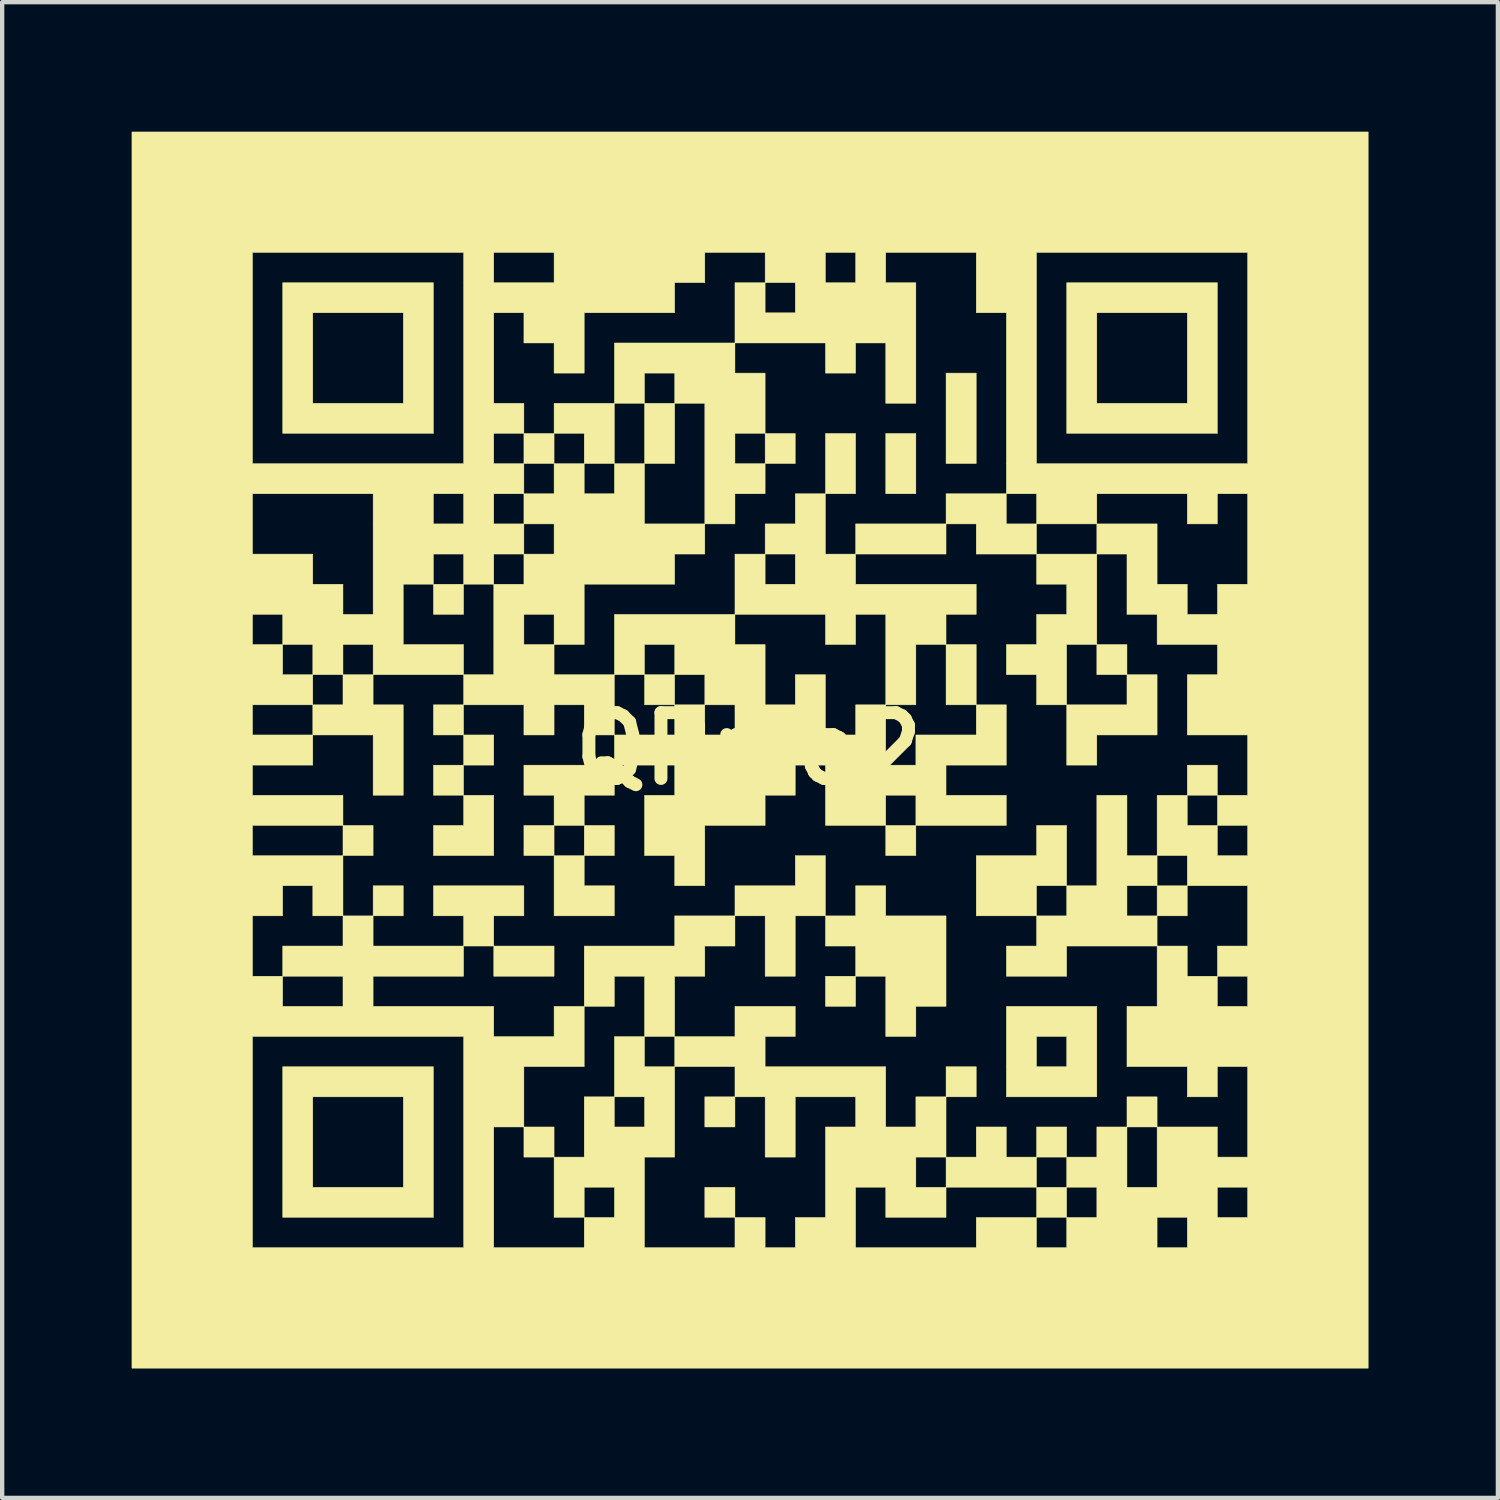
<source format=kicad_pcb>
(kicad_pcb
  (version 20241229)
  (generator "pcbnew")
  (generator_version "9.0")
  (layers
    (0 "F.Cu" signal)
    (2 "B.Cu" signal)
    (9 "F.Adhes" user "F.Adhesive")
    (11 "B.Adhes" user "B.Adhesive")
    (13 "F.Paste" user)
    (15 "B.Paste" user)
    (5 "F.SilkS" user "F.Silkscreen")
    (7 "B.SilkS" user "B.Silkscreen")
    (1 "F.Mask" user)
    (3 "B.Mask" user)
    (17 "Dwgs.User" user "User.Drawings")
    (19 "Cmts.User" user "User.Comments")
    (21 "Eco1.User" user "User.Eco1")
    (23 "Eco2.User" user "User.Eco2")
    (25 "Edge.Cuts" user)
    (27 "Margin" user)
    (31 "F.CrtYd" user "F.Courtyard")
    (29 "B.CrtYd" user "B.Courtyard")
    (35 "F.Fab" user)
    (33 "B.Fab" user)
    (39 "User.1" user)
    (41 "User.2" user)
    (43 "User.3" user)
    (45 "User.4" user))
  (footprint "QRmo2"
    (layer "F.Cu")
    (at 14.293 14.293)
    (property "Reference" "QRmo2" (at 0 0 0) (layer "F.SilkS") (effects (font (size 1.524 1.524) (thickness 0.3))))
    (attr through_hole)
    (fp_poly (pts (xy -8.7 2.477) (xy -9.398 2.477) (xy -9.398 1.778) (xy -8.7 1.778) (xy -8.7 2.477)) (stroke (width 0.01) (type solid)) (fill yes) (layer "F.SilkS"))
    (fp_poly (pts (xy -8.001 3.873) (xy -8.7 3.873) (xy -8.7 3.175) (xy -8.001 3.175) (xy -8.001 3.873)) (stroke (width 0.01) (type solid)) (fill yes) (layer "F.SilkS"))
    (fp_poly (pts (xy -7.303 -0.318) (xy -7.303 -1.016) (xy -6.604 -1.016) (xy -6.604 -0.318) (xy -7.303 -0.318)) (stroke (width 0.01) (type solid)) (fill yes) (layer "F.SilkS"))
    (fp_poly (pts (xy -7.303 1.079) (xy -7.303 0.381) (xy -6.604 0.381) (xy -6.604 1.079) (xy -7.303 1.079)) (stroke (width 0.01) (type solid)) (fill yes) (layer "F.SilkS"))
    (fp_poly (pts (xy -6.604 -3.111) (xy -7.303 -3.111) (xy -7.303 -3.81) (xy -6.604 -3.81) (xy -6.604 -3.111)) (stroke (width 0.01) (type solid)) (fill yes) (layer "F.SilkS"))
    (fp_poly (pts (xy -6.604 -0.318) (xy -5.905 -0.318) (xy -5.905 0.381) (xy -6.604 0.381) (xy -6.604 -0.318)) (stroke (width 0.01) (type solid)) (fill yes) (layer "F.SilkS"))
    (fp_poly (pts (xy -5.207 2.477) (xy -5.207 1.778) (xy -4.508 1.778) (xy -4.508 2.477) (xy -5.207 2.477)) (stroke (width 0.01) (type solid)) (fill yes) (layer "F.SilkS"))
    (fp_poly (pts (xy -4.508 4.572) (xy -4.508 5.271) (xy -5.905 5.271) (xy -5.905 4.572) (xy -4.508 4.572)) (stroke (width 0.01) (type solid)) (fill yes) (layer "F.SilkS"))
    (fp_poly (pts (xy -4.508 9.461) (xy -5.207 9.461) (xy -5.207 8.763) (xy -4.508 8.763) (xy -4.508 9.461)) (stroke (width 0.01) (type solid)) (fill yes) (layer "F.SilkS"))
    (fp_poly (pts (xy -3.81 1.778) (xy -3.111 1.778) (xy -3.111 2.477) (xy -3.81 2.477) (xy -3.81 1.778)) (stroke (width 0.01) (type solid)) (fill yes) (layer "F.SilkS"))
    (fp_poly (pts (xy -1.714 -6.604) (xy -2.413 -6.604) (xy -2.413 -8.001) (xy -1.714 -8.001) (xy -1.714 -6.604)) (stroke (width 0.01) (type solid)) (fill yes) (layer "F.SilkS"))
    (fp_poly (pts (xy -1.714 -1.016) (xy -2.413 -1.016) (xy -2.413 -1.714) (xy -1.714 -1.714) (xy -1.714 -1.016)) (stroke (width 0.01) (type solid)) (fill yes) (layer "F.SilkS"))
    (fp_poly (pts (xy -0.318 8.763) (xy -1.016 8.763) (xy -1.016 8.065) (xy -0.318 8.065) (xy -0.318 8.763)) (stroke (width 0.01) (type solid)) (fill yes) (layer "F.SilkS"))
    (fp_poly (pts (xy -0.318 10.858) (xy -1.016 10.858) (xy -1.016 10.16) (xy -0.318 10.16) (xy -0.318 10.858)) (stroke (width 0.01) (type solid)) (fill yes) (layer "F.SilkS"))
    (fp_poly (pts (xy 0.381 -7.303) (xy 1.079 -7.303) (xy 1.079 -6.604) (xy 0.381 -6.604) (xy 0.381 -7.303)) (stroke (width 0.01) (type solid)) (fill yes) (layer "F.SilkS"))
    (fp_poly (pts (xy 1.778 -7.303) (xy 2.477 -7.303) (xy 2.477 -5.905) (xy 1.778 -5.905) (xy 1.778 -7.303)) (stroke (width 0.01) (type solid)) (fill yes) (layer "F.SilkS"))
    (fp_poly (pts (xy 2.477 5.969) (xy 1.778 5.969) (xy 1.778 5.271) (xy 2.477 5.271) (xy 2.477 5.969)) (stroke (width 0.01) (type solid)) (fill yes) (layer "F.SilkS"))
    (fp_poly (pts (xy 3.873 -5.905) (xy 3.175 -5.905) (xy 3.175 -7.303) (xy 3.873 -7.303) (xy 3.873 -5.905)) (stroke (width 0.01) (type solid)) (fill yes) (layer "F.SilkS"))
    (fp_poly (pts (xy 4.572 -4.508) (xy 2.477 -4.508) (xy 2.477 -5.207) (xy 4.572 -5.207) (xy 4.572 -4.508)) (stroke (width 0.01) (type solid)) (fill yes) (layer "F.SilkS"))
    (fp_poly (pts (xy 4.572 -1.016) (xy 4.572 -2.413) (xy 5.271 -2.413) (xy 5.271 -1.016) (xy 4.572 -1.016)) (stroke (width 0.01) (type solid)) (fill yes) (layer "F.SilkS"))
    (fp_poly (pts (xy 5.271 -6.604) (xy 4.572 -6.604) (xy 4.572 -8.7) (xy 5.271 -8.7) (xy 5.271 -6.604)) (stroke (width 0.01) (type solid)) (fill yes) (layer "F.SilkS"))
    (fp_poly (pts (xy 5.271 8.065) (xy 4.572 8.065) (xy 4.572 7.366) (xy 5.271 7.366) (xy 5.271 8.065)) (stroke (width 0.01) (type solid)) (fill yes) (layer "F.SilkS"))
    (fp_poly (pts (xy 6.668 8.763) (xy 7.366 8.763) (xy 7.366 9.461) (xy 6.668 9.461) (xy 6.668 8.763)) (stroke (width 0.01) (type solid)) (fill yes) (layer "F.SilkS"))
    (fp_poly (pts (xy 7.366 10.16) (xy 7.366 10.858) (xy 6.668 10.858) (xy 6.668 10.16) (xy 7.366 10.16)) (stroke (width 0.01) (type solid)) (fill yes) (layer "F.SilkS"))
    (fp_poly (pts (xy 8.065 -1.714) (xy 8.065 -2.413) (xy 8.763 -2.413) (xy 8.763 -1.714) (xy 8.065 -1.714)) (stroke (width 0.01) (type solid)) (fill yes) (layer "F.SilkS"))
    (fp_poly (pts (xy 9.461 3.175) (xy 10.16 3.175) (xy 10.16 3.873) (xy 9.461 3.873) (xy 9.461 3.175)) (stroke (width 0.01) (type solid)) (fill yes) (layer "F.SilkS"))
    (fp_poly (pts (xy 9.461 8.763) (xy 8.763 8.763) (xy 8.763 8.065) (xy 9.461 8.065) (xy 9.461 8.763)) (stroke (width 0.01) (type solid)) (fill yes) (layer "F.SilkS"))
    (fp_poly (pts (xy 10.858 1.079) (xy 10.16 1.079) (xy 10.16 0.381) (xy 10.858 0.381) (xy 10.858 1.079)) (stroke (width 0.01) (type solid)) (fill yes) (layer "F.SilkS"))
    (fp_poly (pts (xy -5.905 1.079) (xy -5.905 2.477) (xy -7.303 2.477) (xy -7.303 1.778) (xy -6.604 1.778) (xy -6.604 1.079) (xy -5.905 1.079)) (stroke (width 0.01) (type solid)) (fill yes) (layer "F.SilkS"))
    (fp_poly (pts (xy -3.81 3.175) (xy -3.111 3.175) (xy -3.111 3.873) (xy -4.508 3.873) (xy -4.508 2.477) (xy -3.81 2.477) (xy -3.81 3.175)) (stroke (width 0.01) (type solid)) (fill yes) (layer "F.SilkS"))
    (fp_poly (pts (xy -6.604 4.572) (xy -6.604 3.873) (xy -7.303 3.873) (xy -7.303 3.175) (xy -5.207 3.175) (xy -5.207 3.873) (xy -5.905 3.873) (xy -5.905 4.572) (xy -6.604 4.572)) (stroke (width 0.01) (type solid)) (fill yes) (layer "F.SilkS"))
    (fp_poly (pts (xy -4.508 1.079) (xy -5.207 1.079) (xy -5.207 0.381) (xy -3.111 0.381) (xy -3.111 1.079) (xy -3.81 1.079) (xy -3.81 1.778) (xy -4.508 1.778) (xy -4.508 1.079)) (stroke (width 0.01) (type solid)) (fill yes) (layer "F.SilkS"))
    (fp_poly (pts (xy 5.271 -4.508) (xy 5.271 -5.207) (xy 4.572 -5.207) (xy 4.572 -5.905) (xy 5.969 -5.905) (xy 5.969 -5.207) (xy 6.668 -5.207) (xy 6.668 -4.508) (xy 5.271 -4.508)) (stroke (width 0.01) (type solid)) (fill yes) (layer "F.SilkS"))
    (fp_poly (pts (xy 6.668 10.16) (xy 4.572 10.16) (xy 4.572 9.461) (xy 5.271 9.461) (xy 5.271 8.763) (xy 5.969 8.763) (xy 5.969 9.461) (xy 6.668 9.461) (xy 6.668 10.16)) (stroke (width 0.01) (type solid)) (fill yes) (layer "F.SilkS"))
    (fp_poly (pts (xy 9.461 -1.714) (xy 9.461 -0.318) (xy 8.065 -0.318) (xy 8.065 0.381) (xy 7.366 0.381) (xy 7.366 -1.016) (xy 8.763 -1.016) (xy 8.763 -1.714) (xy 9.461 -1.714)) (stroke (width 0.01) (type solid)) (fill yes) (layer "F.SilkS"))
    (fp_poly (pts (xy -8.7 -1.016) (xy -8.001 -1.016) (xy -8.001 1.079) (xy -8.7 1.079) (xy -8.7 -0.318) (xy -10.097 -0.318) (xy -10.097 -1.016) (xy -9.398 -1.016) (xy -9.398 -1.714) (xy -8.7 -1.714) (xy -8.7 -1.016)) (stroke (width 0.01) (type solid)) (fill yes) (layer "F.SilkS"))
    (fp_poly (pts (xy 1.079 3.873) (xy 1.079 5.271) (xy 0.381 5.271) (xy 0.381 3.873) (xy -0.318 3.873) (xy -0.318 3.175) (xy 1.079 3.175) (xy 1.079 2.477) (xy 1.778 2.477) (xy 1.778 3.873) (xy 1.079 3.873)) (stroke (width 0.01) (type solid)) (fill yes) (layer "F.SilkS"))
    (fp_poly (pts (xy -7.303 -7.303) (xy -10.795 -7.303) (xy -10.795 -10.097) (xy -10.097 -10.097) (xy -10.097 -8.001) (xy -8.001 -8.001) (xy -8.001 -10.097) (xy -10.097 -10.097) (xy -10.795 -10.097) (xy -10.795 -10.795) (xy -7.303 -10.795) (xy -7.303 -7.303)) (stroke (width 0.01) (type solid)) (fill yes) (layer "F.SilkS"))
    (fp_poly (pts (xy -7.303 10.858) (xy -10.795 10.858) (xy -10.795 8.065) (xy -10.097 8.065) (xy -10.097 10.16) (xy -8.001 10.16) (xy -8.001 8.065) (xy -10.097 8.065) (xy -10.795 8.065) (xy -10.795 7.366) (xy -7.303 7.366) (xy -7.303 10.858)) (stroke (width 0.01) (type solid)) (fill yes) (layer "F.SilkS"))
    (fp_poly (pts (xy 8.065 8.065) (xy 5.969 8.065) (xy 5.969 6.668) (xy 6.668 6.668) (xy 6.668 7.366) (xy 7.366 7.366) (xy 7.366 6.668) (xy 6.668 6.668) (xy 5.969 6.668) (xy 5.969 5.969) (xy 8.065 5.969) (xy 8.065 8.065)) (stroke (width 0.01) (type solid)) (fill yes) (layer "F.SilkS"))
    (fp_poly (pts (xy 10.858 -7.303) (xy 7.366 -7.303) (xy 7.366 -10.097) (xy 8.065 -10.097) (xy 8.065 -8.001) (xy 10.16 -8.001) (xy 10.16 -10.097) (xy 8.065 -10.097) (xy 7.366 -10.097) (xy 7.366 -10.795) (xy 10.858 -10.795) (xy 10.858 -7.303)) (stroke (width 0.01) (type solid)) (fill yes) (layer "F.SilkS"))
    (fp_poly (pts (xy -0.318 4.572) (xy -1.016 4.572) (xy -1.016 5.271) (xy -1.714 5.271) (xy -1.714 6.668) (xy -2.413 6.668) (xy -2.413 5.271) (xy -3.111 5.271) (xy -3.111 5.969) (xy -3.81 5.969) (xy -3.81 4.572) (xy -1.714 4.572) (xy -1.714 3.873) (xy -0.318 3.873) (xy -0.318 4.572)) (stroke (width 0.01) (type solid)) (fill yes) (layer "F.SilkS"))
    (fp_poly (pts (xy 2.477 4.572) (xy 1.778 4.572) (xy 1.778 3.873) (xy 2.477 3.873) (xy 2.477 3.175) (xy 3.175 3.175) (xy 3.175 3.873) (xy 4.572 3.873) (xy 4.572 5.969) (xy 3.873 5.969) (xy 3.873 6.668) (xy 3.175 6.668) (xy 3.175 5.271) (xy 2.477 5.271) (xy 2.477 4.572)) (stroke (width 0.01) (type solid)) (fill yes) (layer "F.SilkS"))
    (fp_poly (pts (xy 6.668 -1.016) (xy 6.668 -1.714) (xy 5.969 -1.714) (xy 5.969 -2.413) (xy 6.668 -2.413) (xy 6.668 -3.111) (xy 7.366 -3.111) (xy 7.366 -3.81) (xy 6.668 -3.81) (xy 6.668 -4.508) (xy 8.065 -4.508) (xy 8.065 -2.413) (xy 7.366 -2.413) (xy 7.366 -1.016) (xy 6.668 -1.016)) (stroke (width 0.01) (type solid)) (fill yes) (layer "F.SilkS"))
    (fp_poly (pts (xy 9.461 4.572) (xy 7.366 4.572) (xy 7.366 5.271) (xy 5.969 5.271) (xy 5.969 4.572) (xy 6.668 4.572) (xy 6.668 3.873) (xy 5.271 3.873) (xy 5.271 3.175) (xy 6.668 3.175) (xy 6.668 3.873) (xy 7.366 3.873) (xy 7.366 3.175) (xy 6.668 3.175) (xy 5.271 3.175) (xy 5.271 2.477) (xy 6.668 2.477) (xy 6.668 1.778) (xy 7.366 1.778) (xy 7.366 3.175) (xy 8.065 3.175) (xy 8.065 1.079) (xy 8.763 1.079) (xy 8.763 2.477) (xy 9.461 2.477) (xy 9.461 3.175) (xy 8.763 3.175) (xy 8.763 3.873) (xy 9.461 3.873) (xy 9.461 4.572)) (stroke (width 0.01) (type solid)) (fill yes) (layer "F.SilkS"))
    (fp_poly (pts (xy 0.381 -5.905) (xy -0.318 -5.905) (xy -0.318 -5.207) (xy -1.016 -5.207) (xy -1.016 -4.508) (xy -1.714 -4.508) (xy -1.714 -3.81) (xy -3.81 -3.81) (xy -3.81 -2.413) (xy -4.508 -2.413) (xy -4.508 -1.714) (xy -3.111 -1.714) (xy -3.111 -0.318) (xy -1.714 -0.318) (xy -1.714 -1.016) (xy -1.016 -1.016) (xy -1.016 -0.318) (xy -0.318 -0.318) (xy -0.318 -1.016) (xy -1.016 -1.016) (xy -1.016 -1.714) (xy -1.714 -1.714) (xy -1.714 -2.413) (xy -2.413 -2.413) (xy -2.413 -1.714) (xy -3.111 -1.714) (xy -3.111 -3.111) (xy -0.318 -3.111) (xy -0.318 -2.413) (xy 0.381 -2.413) (xy 0.381 -1.016) (xy 1.079 -1.016) (xy 1.079 -1.714) (xy 1.778 -1.714) (xy 1.778 -0.318) (xy 2.477 -0.318) (xy 2.477 -1.016) (xy 3.175 -1.016) (xy 3.175 -3.111) (xy 2.477 -3.111) (xy 2.477 -2.413) (xy 1.778 -2.413) (xy 1.778 -3.111) (xy -0.318 -3.111) (xy -0.318 -4.508) (xy 0.381 -4.508) (xy 0.381 -3.81) (xy 1.079 -3.81) (xy 1.079 -4.508) (xy 0.381 -4.508) (xy 0.381 -5.207) (xy 1.079 -5.207) (xy 1.079 -5.905) (xy 1.778 -5.905) (xy 1.778 -4.508) (xy 2.477 -4.508) (xy 2.477 -3.81) (xy 5.271 -3.81) (xy 5.271 -3.111) (xy 4.572 -3.111) (xy 4.572 -2.413) (xy 3.873 -2.413) (xy 3.873 -1.016) (xy 3.175 -1.016) (xy 3.175 0.381) (xy 3.873 0.381) (xy 3.873 -0.318) (xy 5.271 -0.318) (xy 5.271 -1.016) (xy 5.969 -1.016) (xy 5.969 0.381) (xy 4.572 0.381) (xy 4.572 1.079) (xy 5.969 1.079) (xy 5.969 1.778) (xy 3.873 1.778) (xy 3.873 2.477) (xy 3.175 2.477) (xy 3.175 1.778) (xy 1.778 1.778) (xy 1.778 1.079) (xy 3.175 1.079) (xy 3.175 1.778) (xy 3.873 1.778) (xy 3.873 1.079) (xy 3.175 1.079) (xy 1.778 1.079) (xy 1.778 0.381) (xy 1.079 0.381) (xy 1.079 1.079) (xy 0.381 1.079) (xy 0.381 1.778) (xy -1.016 1.778) (xy -1.016 3.175) (xy -1.714 3.175) (xy -1.714 2.477) (xy -2.413 2.477) (xy -2.413 1.079) (xy -1.714 1.079) (xy -1.714 0.381) (xy -3.111 0.381) (xy -3.111 -0.318) (xy -3.81 -0.318) (xy -3.81 -1.016) (xy -4.508 -1.016) (xy -4.508 -0.318) (xy -5.207 -0.318) (xy -5.207 -1.016) (xy -6.604 -1.016) (xy -6.604 -1.714) (xy -5.905 -1.714) (xy -5.905 -3.111) (xy -5.207 -3.111) (xy -5.207 -2.413) (xy -4.508 -2.413) (xy -4.508 -3.111) (xy -5.207 -3.111) (xy -5.905 -3.111) (xy -5.905 -3.81) (xy -5.207 -3.81) (xy -5.207 -4.508) (xy -4.508 -4.508) (xy -4.508 -5.207) (xy -5.207 -5.207) (xy -5.207 -5.905) (xy -4.508 -5.905) (xy -3.81 -5.905) (xy -3.111 -5.905) (xy -3.111 -6.604) (xy -3.81 -6.604) (xy -3.81 -5.905) (xy -4.508 -5.905) (xy -4.508 -6.604) (xy -5.207 -6.604) (xy -5.207 -7.303) (xy -4.508 -7.303) (xy -4.508 -6.604) (xy -3.81 -6.604) (xy -3.81 -7.303) (xy -4.508 -7.303) (xy -4.508 -8.001) (xy -3.111 -8.001) (xy -3.111 -6.604) (xy -2.413 -6.604) (xy -2.413 -5.207) (xy -1.016 -5.207) (xy -1.016 -8.001) (xy -1.714 -8.001) (xy -1.714 -8.7) (xy -2.413 -8.7) (xy -2.413 -8.001) (xy -3.111 -8.001) (xy -3.111 -9.398) (xy -0.318 -9.398) (xy -0.318 -8.7) (xy 0.381 -8.7) (xy 0.381 -7.303) (xy -0.318 -7.303) (xy -0.318 -6.604) (xy 0.381 -6.604) (xy 0.381 -5.905)) (stroke (width 0.01) (type solid)) (fill yes) (layer "F.SilkS"))
    (fp_poly (pts (xy 14.351 14.351) (xy -14.287 14.351) (xy -14.287 6.668) (xy -11.493 6.668) (xy -11.493 11.557) (xy -6.604 11.557) (xy -6.604 6.668) (xy -11.493 6.668) (xy -14.287 6.668) (xy -14.287 5.969) (xy -10.795 5.969) (xy -9.398 5.969) (xy -9.398 5.271) (xy -10.795 5.271) (xy -10.795 5.969) (xy -14.287 5.969) (xy -14.287 3.873) (xy -11.493 3.873) (xy -11.493 5.271) (xy -10.795 5.271) (xy -10.795 4.572) (xy -9.398 4.572) (xy -9.398 3.873) (xy -10.097 3.873) (xy -10.097 3.175) (xy -10.795 3.175) (xy -10.795 3.873) (xy -11.493 3.873) (xy -14.287 3.873) (xy -14.287 -1.016) (xy -11.493 -1.016) (xy -11.493 -0.318) (xy -10.097 -0.318) (xy -10.097 0.381) (xy -11.493 0.381) (xy -11.493 1.079) (xy -9.398 1.079) (xy -9.398 1.778) (xy -11.493 1.778) (xy -11.493 2.477) (xy -9.398 2.477) (xy -9.398 3.873) (xy -8.7 3.873) (xy -8.7 4.572) (xy -6.604 4.572) (xy -6.604 5.271) (xy -8.7 5.271) (xy -8.7 5.969) (xy -5.905 5.969) (xy -5.905 6.668) (xy -4.508 6.668) (xy -4.508 5.969) (xy -3.81 5.969) (xy -3.81 7.366) (xy -5.207 7.366) (xy -5.207 8.763) (xy -5.905 8.763) (xy -5.905 11.557) (xy -3.81 11.557) (xy -3.81 10.858) (xy -4.508 10.858) (xy -4.508 10.16) (xy -3.81 10.16) (xy -3.81 10.858) (xy -3.111 10.858) (xy -3.111 10.16) (xy -3.81 10.16) (xy -4.508 10.16) (xy -4.508 9.461) (xy -3.81 9.461) (xy -2.413 9.461) (xy -2.413 11.557) (xy -0.318 11.557) (xy -0.318 10.858) (xy 0.381 10.858) (xy 0.381 11.557) (xy 1.079 11.557) (xy 1.079 10.858) (xy 1.778 10.858) (xy 1.778 8.763) (xy 2.477 8.763) (xy 2.477 8.065) (xy 1.079 8.065) (xy 1.079 9.461) (xy 0.381 9.461) (xy 0.381 8.065) (xy -0.318 8.065) (xy -0.318 7.366) (xy -1.714 7.366) (xy -1.714 9.461) (xy -2.413 9.461) (xy -3.81 9.461) (xy -3.81 8.065) (xy -3.111 8.065) (xy -3.111 8.763) (xy -2.413 8.763) (xy -2.413 8.065) (xy -3.111 8.065) (xy -3.111 6.668) (xy -2.413 6.668) (xy -2.413 7.366) (xy -1.714 7.366) (xy -1.714 6.668) (xy -0.318 6.668) (xy -0.318 5.969) (xy 1.079 5.969) (xy 1.079 6.668) (xy 0.381 6.668) (xy 0.381 7.366) (xy 3.175 7.366) (xy 3.175 8.763) (xy 3.873 8.763) (xy 3.873 8.065) (xy 4.572 8.065) (xy 4.572 9.461) (xy 3.873 9.461) (xy 3.873 10.16) (xy 4.572 10.16) (xy 4.572 10.858) (xy 3.175 10.858) (xy 3.175 10.16) (xy 2.477 10.16) (xy 2.477 11.557) (xy 5.271 11.557) (xy 5.271 10.858) (xy 6.668 10.858) (xy 6.668 11.557) (xy 7.366 11.557) (xy 7.366 10.858) (xy 8.065 10.858) (xy 9.461 10.858) (xy 9.461 11.557) (xy 10.16 11.557) (xy 10.16 10.858) (xy 9.461 10.858) (xy 8.065 10.858) (xy 8.065 10.16) (xy 7.366 10.16) (xy 7.366 9.461) (xy 8.065 9.461) (xy 8.065 8.763) (xy 8.763 8.763) (xy 8.763 10.16) (xy 9.461 10.16) (xy 10.858 10.16) (xy 10.858 10.858) (xy 11.557 10.858) (xy 11.557 10.16) (xy 10.858 10.16) (xy 9.461 10.16) (xy 9.461 8.763) (xy 10.858 8.763) (xy 10.858 9.461) (xy 11.557 9.461) (xy 11.557 7.366) (xy 10.858 7.366) (xy 10.858 8.065) (xy 10.16 8.065) (xy 10.16 7.366) (xy 8.763 7.366) (xy 8.763 5.969) (xy 9.461 5.969) (xy 10.858 5.969) (xy 11.557 5.969) (xy 11.557 5.271) (xy 10.858 5.271) (xy 10.858 5.969) (xy 9.461 5.969) (xy 9.461 4.572) (xy 10.16 4.572) (xy 10.16 5.271) (xy 10.858 5.271) (xy 10.858 4.572) (xy 11.557 4.572) (xy 11.557 3.175) (xy 10.16 3.175) (xy 10.16 2.477) (xy 10.858 2.477) (xy 11.557 2.477) (xy 11.557 1.778) (xy 10.858 1.778) (xy 10.858 2.477) (xy 10.16 2.477) (xy 9.461 2.477) (xy 9.461 1.079) (xy 10.16 1.079) (xy 10.16 1.778) (xy 10.858 1.778) (xy 10.858 1.079) (xy 11.557 1.079) (xy 11.557 -0.318) (xy 10.16 -0.318) (xy 10.16 -1.714) (xy 10.858 -1.714) (xy 10.858 -2.413) (xy 9.461 -2.413) (xy 9.461 -3.111) (xy 8.763 -3.111) (xy 8.763 -4.508) (xy 8.065 -4.508) (xy 8.065 -5.207) (xy 6.668 -5.207) (xy 6.668 -5.905) (xy 8.065 -5.905) (xy 8.065 -5.207) (xy 9.461 -5.207) (xy 9.461 -3.81) (xy 10.16 -3.81) (xy 10.16 -3.111) (xy 10.858 -3.111) (xy 10.858 -3.81) (xy 11.557 -3.81) (xy 11.557 -5.905) (xy 10.858 -5.905) (xy 10.858 -5.207) (xy 10.16 -5.207) (xy 10.16 -5.905) (xy 8.065 -5.905) (xy 6.668 -5.905) (xy 5.969 -5.905) (xy 5.969 -10.097) (xy 5.271 -10.097) (xy 5.271 -11.493) (xy 6.668 -11.493) (xy 6.668 -6.604) (xy 11.557 -6.604) (xy 11.557 -11.493) (xy 6.668 -11.493) (xy 5.271 -11.493) (xy 3.175 -11.493) (xy 3.175 -10.795) (xy 3.873 -10.795) (xy 3.873 -8.001) (xy 3.175 -8.001) (xy 3.175 -9.398) (xy 2.477 -9.398) (xy 2.477 -8.7) (xy 1.778 -8.7) (xy 1.778 -9.398) (xy -0.318 -9.398) (xy -0.318 -10.795) (xy 0.381 -10.795) (xy 0.381 -10.097) (xy 1.079 -10.097) (xy 1.079 -10.795) (xy 0.381 -10.795) (xy 0.381 -11.493) (xy 1.778 -11.493) (xy 1.778 -10.795) (xy 2.477 -10.795) (xy 2.477 -11.493) (xy 1.778 -11.493) (xy 0.381 -11.493) (xy -1.016 -11.493) (xy -1.016 -10.795) (xy -1.714 -10.795) (xy -1.714 -10.097) (xy -3.81 -10.097) (xy -3.81 -8.7) (xy -4.508 -8.7) (xy -4.508 -9.398) (xy -5.207 -9.398) (xy -5.207 -10.097) (xy -5.905 -10.097) (xy -5.905 -8.001) (xy -5.207 -8.001) (xy -5.207 -7.303) (xy -5.905 -7.303) (xy -5.905 -6.604) (xy -5.207 -6.604) (xy -5.207 -5.905) (xy -5.905 -5.905) (xy -5.905 -5.207) (xy -5.207 -5.207) (xy -5.207 -4.508) (xy -5.905 -4.508) (xy -5.905 -3.81) (xy -6.604 -3.81) (xy -6.604 -4.508) (xy -7.303 -4.508) (xy -7.303 -3.81) (xy -8.001 -3.81) (xy -8.001 -2.413) (xy -6.604 -2.413) (xy -6.604 -1.714) (xy -8.7 -1.714) (xy -8.7 -2.413) (xy -9.398 -2.413) (xy -9.398 -1.714) (xy -10.097 -1.714) (xy -10.097 -1.016) (xy -11.493 -1.016) (xy -14.287 -1.016) (xy -14.287 -1.714) (xy -10.795 -1.714) (xy -10.097 -1.714) (xy -10.097 -2.413) (xy -10.795 -2.413) (xy -10.795 -1.714) (xy -14.287 -1.714) (xy -14.287 -3.111) (xy -11.493 -3.111) (xy -11.493 -2.413) (xy -10.795 -2.413) (xy -10.795 -3.111) (xy -11.493 -3.111) (xy -14.287 -3.111) (xy -14.287 -5.905) (xy -11.493 -5.905) (xy -11.493 -4.508) (xy -10.097 -4.508) (xy -10.097 -3.81) (xy -9.398 -3.81) (xy -9.398 -3.111) (xy -8.7 -3.111) (xy -8.7 -5.905) (xy -7.303 -5.905) (xy -7.303 -5.207) (xy -6.604 -5.207) (xy -6.604 -5.905) (xy -7.303 -5.905) (xy -8.7 -5.905) (xy -11.493 -5.905) (xy -14.287 -5.905) (xy -14.287 -11.493) (xy -11.493 -11.493) (xy -11.493 -6.604) (xy -6.604 -6.604) (xy -6.604 -11.493) (xy -5.905 -11.493) (xy -5.905 -10.795) (xy -4.508 -10.795) (xy -4.508 -11.493) (xy -5.905 -11.493) (xy -6.604 -11.493) (xy -11.493 -11.493) (xy -14.287 -11.493) (xy -14.287 -14.287) (xy 14.351 -14.287) (xy 14.351 14.351)) (stroke (width 0.01) (type solid)) (fill yes) (layer "F.SilkS")))
  (gr_rect
    (start -3 -3)
    (end 31.648 31.648)
    (stroke (width 0.1) (type default))
    (fill no)
    (layer "Edge.Cuts")))
</source>
